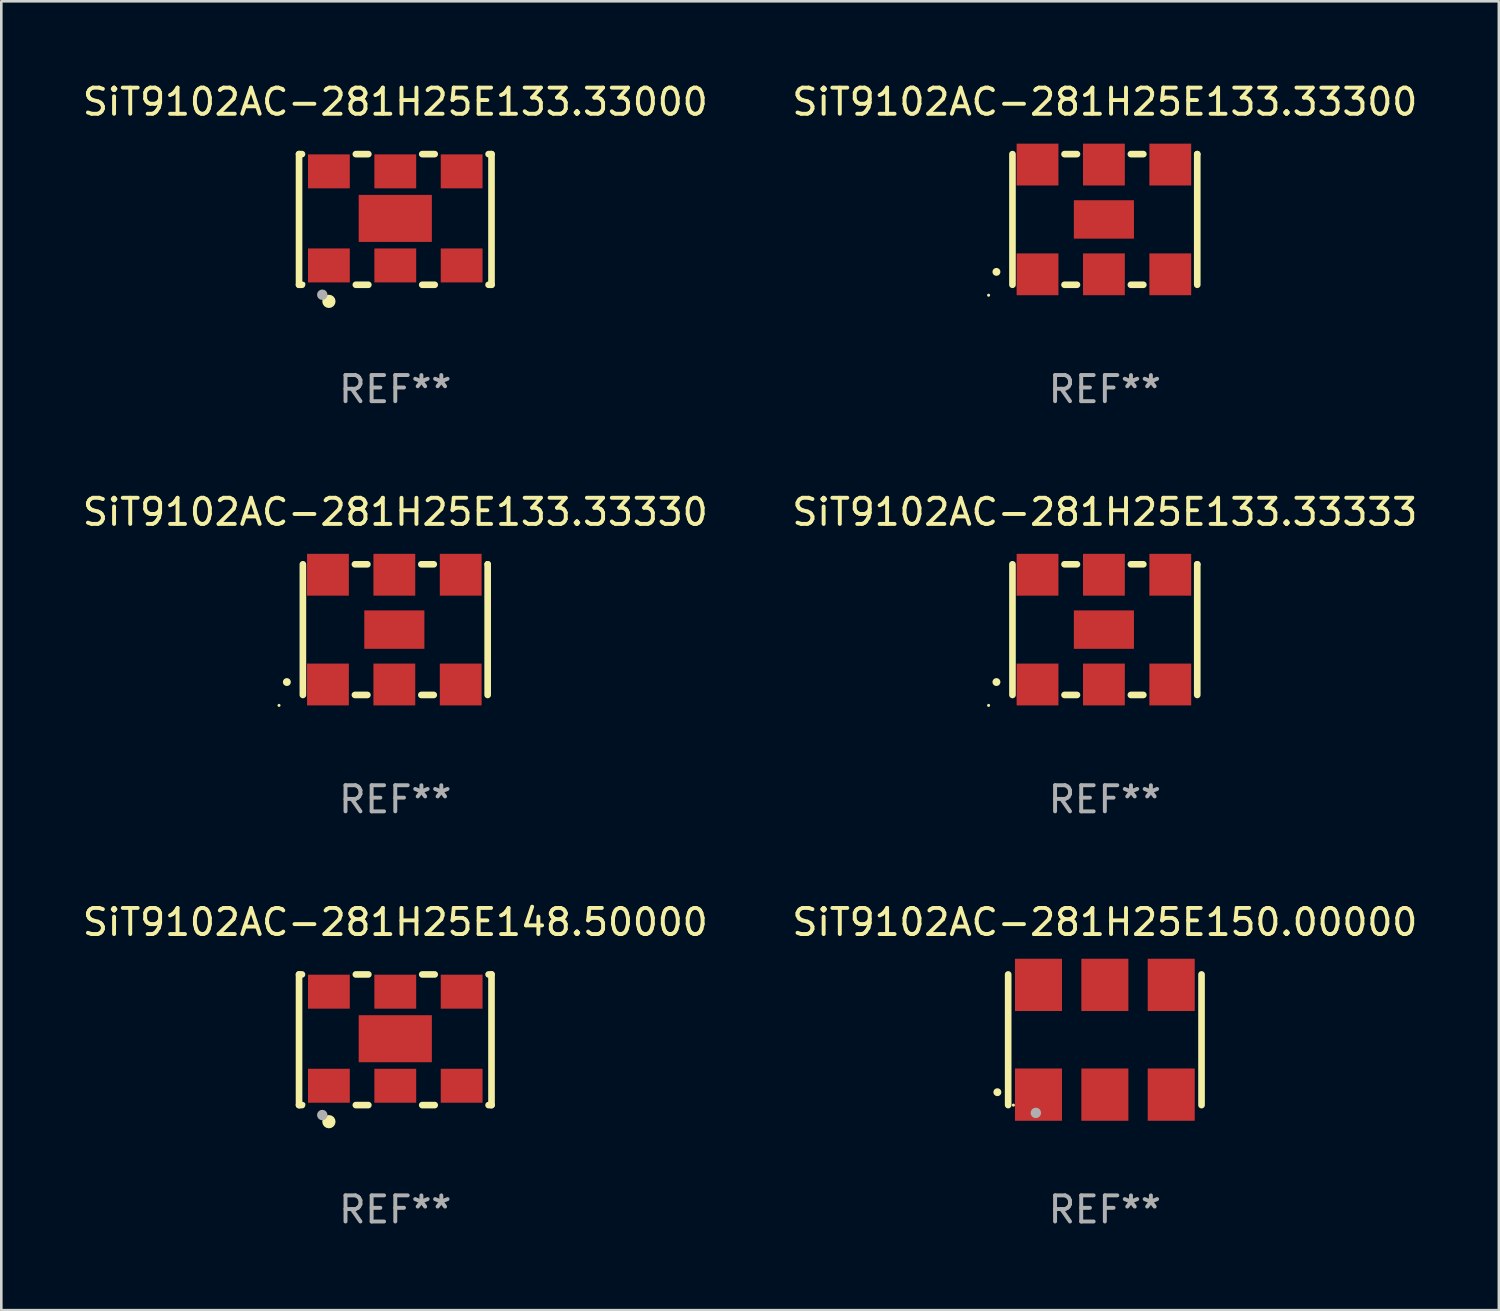
<source format=kicad_pcb>
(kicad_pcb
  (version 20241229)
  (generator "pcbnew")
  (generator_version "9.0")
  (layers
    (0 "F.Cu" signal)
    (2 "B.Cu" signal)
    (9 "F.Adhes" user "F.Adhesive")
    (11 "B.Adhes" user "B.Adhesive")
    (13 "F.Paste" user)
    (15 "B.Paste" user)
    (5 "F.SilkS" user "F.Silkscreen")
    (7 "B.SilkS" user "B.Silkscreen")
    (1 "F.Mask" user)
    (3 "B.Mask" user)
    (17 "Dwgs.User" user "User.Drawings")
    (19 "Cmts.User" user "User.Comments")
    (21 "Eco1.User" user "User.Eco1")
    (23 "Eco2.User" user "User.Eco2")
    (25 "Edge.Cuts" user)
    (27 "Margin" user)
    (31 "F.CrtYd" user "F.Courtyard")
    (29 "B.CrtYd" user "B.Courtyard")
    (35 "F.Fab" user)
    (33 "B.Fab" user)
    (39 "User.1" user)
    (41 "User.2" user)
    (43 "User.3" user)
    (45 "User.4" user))
  (footprint "SiT9102AC-281H25E133.33333"
    (layer "F.Cu")
    (at 39.232 21.045)
    (property "Reference" "SiT9102AC-281H25E133.33333" (at 0 -4.5 0) (layer "F.SilkS") (effects (font (size 1 1) (thickness 0.15))))
    (attr through_hole)
    (fp_line (start -3.536 -2.5) (end -3.536 2.5) (stroke (width 0.254) (type solid)) (layer "F.SilkS"))
    (fp_line (start -1.544 2.5) (end -1.067 2.5) (stroke (width 0.254) (type solid)) (layer "F.SilkS"))
    (fp_line (start -1.067 -2.5) (end -1.544 -2.5) (stroke (width 0.254) (type solid)) (layer "F.SilkS"))
    (fp_line (start 0.996 2.5) (end 1.473 2.5) (stroke (width 0.254) (type solid)) (layer "F.SilkS"))
    (fp_line (start 1.473 -2.5) (end 0.996 -2.5) (stroke (width 0.254) (type solid)) (layer "F.SilkS"))
    (fp_line (start 3.536 -2.5) (end 3.536 -2.5) (stroke (width 0.254) (type solid)) (layer "F.SilkS"))
    (fp_line (start 3.536 2.5) (end 3.536 -2.5) (stroke (width 0.254) (type solid)) (layer "F.SilkS"))
    (fp_arc (start -4.150432 2.006604) (mid -4.149162 2.006599) (end -4.147892 2.006604) (stroke (width 0.3) (type solid)) (layer "F.SilkS"))
    (fp_circle (center -4.449 2.9) (end -4.419 2.9) (stroke (width 0.06) (type solid)) (fill no) (layer "F.SilkS"))
    (fp_text user "REF**" (at 0 6.5 0) (layer "F.Fab") (effects (font (size 1 1) (thickness 0.15))))
    (pad "1" smd rect (at -2.576 2.1) (size 1.6 1.6) (layers "F.Cu" "F.Mask" "F.Paste"))
    (pad "2" smd rect (at -0.036 2.1) (size 1.6 1.6) (layers "F.Cu" "F.Mask" "F.Paste"))
    (pad "3" smd rect (at 2.504 2.1) (size 1.6 1.6) (layers "F.Cu" "F.Mask" "F.Paste"))
    (pad "4" smd rect (at 2.504 -2.1) (size 1.6 1.6) (layers "F.Cu" "F.Mask" "F.Paste"))
    (pad "5" smd rect (at -0.036 -2.1) (size 1.6 1.6) (layers "F.Cu" "F.Mask" "F.Paste"))
    (pad "6" smd rect (at -2.576 -2.1) (size 1.6 1.6) (layers "F.Cu" "F.Mask" "F.Paste"))
    (pad "7" smd rect (at -0.036 0) (size 2.3 1.47) (layers "F.Cu" "F.Mask" "F.Paste")))
  (footprint "SiT9102AC-281H25E133.33000"
    (layer "F.Cu")
    (at 12.077 5.348)
    (property "Reference" "SiT9102AC-281H25E133.33000" (at 0 -4.5 0) (layer "F.SilkS") (effects (font (size 1 1) (thickness 0.15))))
    (attr through_hole)
    (fp_line (start -3.683 -2.5) (end -3.571 -2.5) (stroke (width 0.254) (type solid)) (layer "F.SilkS"))
    (fp_line (start -3.683 2.5) (end -3.683 -2.5) (stroke (width 0.254) (type solid)) (layer "F.SilkS"))
    (fp_line (start -3.683 2.5) (end -3.571 2.5) (stroke (width 0.254) (type solid)) (layer "F.SilkS"))
    (fp_line (start -1.509 -2.5) (end -1.031 -2.5) (stroke (width 0.254) (type solid)) (layer "F.SilkS"))
    (fp_line (start -1.509 2.5) (end -1.031 2.5) (stroke (width 0.254) (type solid)) (layer "F.SilkS"))
    (fp_line (start 1.031 -2.5) (end 1.509 -2.5) (stroke (width 0.254) (type solid)) (layer "F.SilkS"))
    (fp_line (start 1.031 2.5) (end 1.509 2.5) (stroke (width 0.254) (type solid)) (layer "F.SilkS"))
    (fp_line (start 3.571 -2.5) (end 3.683 -2.5) (stroke (width 0.254) (type solid)) (layer "F.SilkS"))
    (fp_line (start 3.571 2.5) (end 3.683 2.5) (stroke (width 0.254) (type solid)) (layer "F.SilkS"))
    (fp_line (start 3.683 2.5) (end 3.683 -2.5) (stroke (width 0.254) (type solid)) (layer "F.SilkS"))
    (fp_circle (center -3.5 2.46) (end -3.47 2.46) (stroke (width 0.06) (type solid)) (fill no) (layer "F.SilkS"))
    (fp_circle (center -2.54 3.135) (end -2.413 3.135) (stroke (width 0.254) (type solid)) (fill no) (layer "F.SilkS"))
    (fp_circle (center -2.794 2.881) (end -2.694 2.881) (stroke (width 0.2) (type solid)) (fill no) (layer "F.Fab"))
    (fp_text user "REF**" (at 0 6.5 0) (layer "F.Fab") (effects (font (size 1 1) (thickness 0.15))))
    (pad "1" smd rect (at -2.54 1.76) (size 1.6 1.3) (layers "F.Cu" "F.Mask" "F.Paste"))
    (pad "2" smd rect (at 0 1.76) (size 1.6 1.3) (layers "F.Cu" "F.Mask" "F.Paste"))
    (pad "3" smd rect (at 2.54 1.76) (size 1.6 1.3) (layers "F.Cu" "F.Mask" "F.Paste"))
    (pad "4" smd rect (at 2.54 -1.84) (size 1.6 1.3) (layers "F.Cu" "F.Mask" "F.Paste"))
    (pad "5" smd rect (at 0 -1.84) (size 1.6 1.3) (layers "F.Cu" "F.Mask" "F.Paste"))
    (pad "6" smd rect (at -2.54 -1.84) (size 1.6 1.3) (layers "F.Cu" "F.Mask" "F.Paste"))
    (pad "7" smd rect (at 0 -0.04) (size 2.8 1.8) (layers "F.Cu" "F.Mask" "F.Paste")))
  (footprint "SiT9102AC-281H25E150.00000"
    (layer "F.Cu")
    (at 39.232 36.741)
    (property "Reference" "SiT9102AC-281H25E150.00000" (at 0 -4.5 0) (layer "F.SilkS") (effects (font (size 1 1) (thickness 0.15))))
    (attr through_hole)
    (fp_line (start -3.7 -2.5) (end -3.7 2.5) (stroke (width 0.254) (type solid)) (layer "F.SilkS"))
    (fp_line (start 3.7 -2.5) (end 3.7 2.5) (stroke (width 0.254) (type solid)) (layer "F.SilkS"))
    (fp_arc (start -4.114415 2.006604) (mid -4.113145 2.006599) (end -4.111875 2.006604) (stroke (width 0.3) (type solid)) (layer "F.SilkS"))
    (fp_circle (center -3.5 2.501) (end -3.47 2.501) (stroke (width 0.06) (type solid)) (fill no) (layer "F.SilkS"))
    (fp_circle (center -2.641 2.799) (end -2.541 2.799) (stroke (width 0.2) (type solid)) (fill no) (layer "F.Fab"))
    (fp_text user "REF**" (at 0 6.5 0) (layer "F.Fab") (effects (font (size 1 1) (thickness 0.15))))
    (pad "1" smd rect (at -2.54 2.1) (size 1.8 2) (layers "F.Cu" "F.Mask" "F.Paste"))
    (pad "2" smd rect (at 0.000394 2.1) (size 1.8 2) (layers "F.Cu" "F.Mask" "F.Paste"))
    (pad "3" smd rect (at 2.54 2.1) (size 1.8 2) (layers "F.Cu" "F.Mask" "F.Paste"))
    (pad "4" smd rect (at 2.54 -2.1) (size 1.8 2) (layers "F.Cu" "F.Mask" "F.Paste"))
    (pad "5" smd rect (at 0.000394 -2.1) (size 1.8 2) (layers "F.Cu" "F.Mask" "F.Paste"))
    (pad "6" smd rect (at -2.54 -2.1) (size 1.8 2) (layers "F.Cu" "F.Mask" "F.Paste")))
  (footprint "SiT9102AC-281H25E133.33330"
    (layer "F.Cu")
    (at 12.077 21.045)
    (property "Reference" "SiT9102AC-281H25E133.33330" (at 0 -4.5 0) (layer "F.SilkS") (effects (font (size 1 1) (thickness 0.15))))
    (attr through_hole)
    (fp_line (start -3.536 -2.5) (end -3.536 2.5) (stroke (width 0.254) (type solid)) (layer "F.SilkS"))
    (fp_line (start -1.544 2.5) (end -1.067 2.5) (stroke (width 0.254) (type solid)) (layer "F.SilkS"))
    (fp_line (start -1.067 -2.5) (end -1.544 -2.5) (stroke (width 0.254) (type solid)) (layer "F.SilkS"))
    (fp_line (start 0.996 2.5) (end 1.473 2.5) (stroke (width 0.254) (type solid)) (layer "F.SilkS"))
    (fp_line (start 1.473 -2.5) (end 0.996 -2.5) (stroke (width 0.254) (type solid)) (layer "F.SilkS"))
    (fp_line (start 3.536 -2.5) (end 3.536 -2.5) (stroke (width 0.254) (type solid)) (layer "F.SilkS"))
    (fp_line (start 3.536 2.5) (end 3.536 -2.5) (stroke (width 0.254) (type solid)) (layer "F.SilkS"))
    (fp_arc (start -4.150432 2.006604) (mid -4.149162 2.006599) (end -4.147892 2.006604) (stroke (width 0.3) (type solid)) (layer "F.SilkS"))
    (fp_circle (center -4.449 2.9) (end -4.419 2.9) (stroke (width 0.06) (type solid)) (fill no) (layer "F.SilkS"))
    (fp_text user "REF**" (at 0 6.5 0) (layer "F.Fab") (effects (font (size 1 1) (thickness 0.15))))
    (pad "1" smd rect (at -2.576 2.1) (size 1.6 1.6) (layers "F.Cu" "F.Mask" "F.Paste"))
    (pad "2" smd rect (at -0.036 2.1) (size 1.6 1.6) (layers "F.Cu" "F.Mask" "F.Paste"))
    (pad "3" smd rect (at 2.504 2.1) (size 1.6 1.6) (layers "F.Cu" "F.Mask" "F.Paste"))
    (pad "4" smd rect (at 2.504 -2.1) (size 1.6 1.6) (layers "F.Cu" "F.Mask" "F.Paste"))
    (pad "5" smd rect (at -0.036 -2.1) (size 1.6 1.6) (layers "F.Cu" "F.Mask" "F.Paste"))
    (pad "6" smd rect (at -2.576 -2.1) (size 1.6 1.6) (layers "F.Cu" "F.Mask" "F.Paste"))
    (pad "7" smd rect (at -0.036 0) (size 2.3 1.47) (layers "F.Cu" "F.Mask" "F.Paste")))
  (footprint "SiT9102AC-281H25E133.33300"
    (layer "F.Cu")
    (at 39.232 5.348)
    (property "Reference" "SiT9102AC-281H25E133.33300" (at 0 -4.5 0) (layer "F.SilkS") (effects (font (size 1 1) (thickness 0.15))))
    (attr through_hole)
    (fp_line (start -3.536 -2.5) (end -3.536 2.5) (stroke (width 0.254) (type solid)) (layer "F.SilkS"))
    (fp_line (start -1.544 2.5) (end -1.067 2.5) (stroke (width 0.254) (type solid)) (layer "F.SilkS"))
    (fp_line (start -1.067 -2.5) (end -1.544 -2.5) (stroke (width 0.254) (type solid)) (layer "F.SilkS"))
    (fp_line (start 0.996 2.5) (end 1.473 2.5) (stroke (width 0.254) (type solid)) (layer "F.SilkS"))
    (fp_line (start 1.473 -2.5) (end 0.996 -2.5) (stroke (width 0.254) (type solid)) (layer "F.SilkS"))
    (fp_line (start 3.536 -2.5) (end 3.536 -2.5) (stroke (width 0.254) (type solid)) (layer "F.SilkS"))
    (fp_line (start 3.536 2.5) (end 3.536 -2.5) (stroke (width 0.254) (type solid)) (layer "F.SilkS"))
    (fp_arc (start -4.150432 2.006604) (mid -4.149162 2.006599) (end -4.147892 2.006604) (stroke (width 0.3) (type solid)) (layer "F.SilkS"))
    (fp_circle (center -4.449 2.9) (end -4.419 2.9) (stroke (width 0.06) (type solid)) (fill no) (layer "F.SilkS"))
    (fp_text user "REF**" (at 0 6.5 0) (layer "F.Fab") (effects (font (size 1 1) (thickness 0.15))))
    (pad "1" smd rect (at -2.576 2.1) (size 1.6 1.6) (layers "F.Cu" "F.Mask" "F.Paste"))
    (pad "2" smd rect (at -0.036 2.1) (size 1.6 1.6) (layers "F.Cu" "F.Mask" "F.Paste"))
    (pad "3" smd rect (at 2.504 2.1) (size 1.6 1.6) (layers "F.Cu" "F.Mask" "F.Paste"))
    (pad "4" smd rect (at 2.504 -2.1) (size 1.6 1.6) (layers "F.Cu" "F.Mask" "F.Paste"))
    (pad "5" smd rect (at -0.036 -2.1) (size 1.6 1.6) (layers "F.Cu" "F.Mask" "F.Paste"))
    (pad "6" smd rect (at -2.576 -2.1) (size 1.6 1.6) (layers "F.Cu" "F.Mask" "F.Paste"))
    (pad "7" smd rect (at -0.036 0) (size 2.3 1.47) (layers "F.Cu" "F.Mask" "F.Paste")))
  (footprint "SiT9102AC-281H25E148.50000"
    (layer "F.Cu")
    (at 12.077 36.741)
    (property "Reference" "SiT9102AC-281H25E148.50000" (at 0 -4.5 0) (layer "F.SilkS") (effects (font (size 1 1) (thickness 0.15))))
    (attr through_hole)
    (fp_line (start -3.683 -2.5) (end -3.571 -2.5) (stroke (width 0.254) (type solid)) (layer "F.SilkS"))
    (fp_line (start -3.683 2.5) (end -3.683 -2.5) (stroke (width 0.254) (type solid)) (layer "F.SilkS"))
    (fp_line (start -3.683 2.5) (end -3.571 2.5) (stroke (width 0.254) (type solid)) (layer "F.SilkS"))
    (fp_line (start -1.509 -2.5) (end -1.031 -2.5) (stroke (width 0.254) (type solid)) (layer "F.SilkS"))
    (fp_line (start -1.509 2.5) (end -1.031 2.5) (stroke (width 0.254) (type solid)) (layer "F.SilkS"))
    (fp_line (start 1.031 -2.5) (end 1.509 -2.5) (stroke (width 0.254) (type solid)) (layer "F.SilkS"))
    (fp_line (start 1.031 2.5) (end 1.509 2.5) (stroke (width 0.254) (type solid)) (layer "F.SilkS"))
    (fp_line (start 3.571 -2.5) (end 3.683 -2.5) (stroke (width 0.254) (type solid)) (layer "F.SilkS"))
    (fp_line (start 3.571 2.5) (end 3.683 2.5) (stroke (width 0.254) (type solid)) (layer "F.SilkS"))
    (fp_line (start 3.683 2.5) (end 3.683 -2.5) (stroke (width 0.254) (type solid)) (layer "F.SilkS"))
    (fp_circle (center -3.5 2.46) (end -3.47 2.46) (stroke (width 0.06) (type solid)) (fill no) (layer "F.SilkS"))
    (fp_circle (center -2.54 3.135) (end -2.413 3.135) (stroke (width 0.254) (type solid)) (fill no) (layer "F.SilkS"))
    (fp_circle (center -2.794 2.881) (end -2.694 2.881) (stroke (width 0.2) (type solid)) (fill no) (layer "F.Fab"))
    (fp_text user "REF**" (at 0 6.5 0) (layer "F.Fab") (effects (font (size 1 1) (thickness 0.15))))
    (pad "1" smd rect (at -2.54 1.76) (size 1.6 1.3) (layers "F.Cu" "F.Mask" "F.Paste"))
    (pad "2" smd rect (at 0 1.76) (size 1.6 1.3) (layers "F.Cu" "F.Mask" "F.Paste"))
    (pad "3" smd rect (at 2.54 1.76) (size 1.6 1.3) (layers "F.Cu" "F.Mask" "F.Paste"))
    (pad "4" smd rect (at 2.54 -1.84) (size 1.6 1.3) (layers "F.Cu" "F.Mask" "F.Paste"))
    (pad "5" smd rect (at 0 -1.84) (size 1.6 1.3) (layers "F.Cu" "F.Mask" "F.Paste"))
    (pad "6" smd rect (at -2.54 -1.84) (size 1.6 1.3) (layers "F.Cu" "F.Mask" "F.Paste"))
    (pad "7" smd rect (at 0 -0.04) (size 2.8 1.8) (layers "F.Cu" "F.Mask" "F.Paste")))
  (gr_rect
    (start -3 -3)
    (end 54.31 47.09)
    (stroke (width 0.1) (type default))
    (fill no)
    (layer "Edge.Cuts")))
</source>
